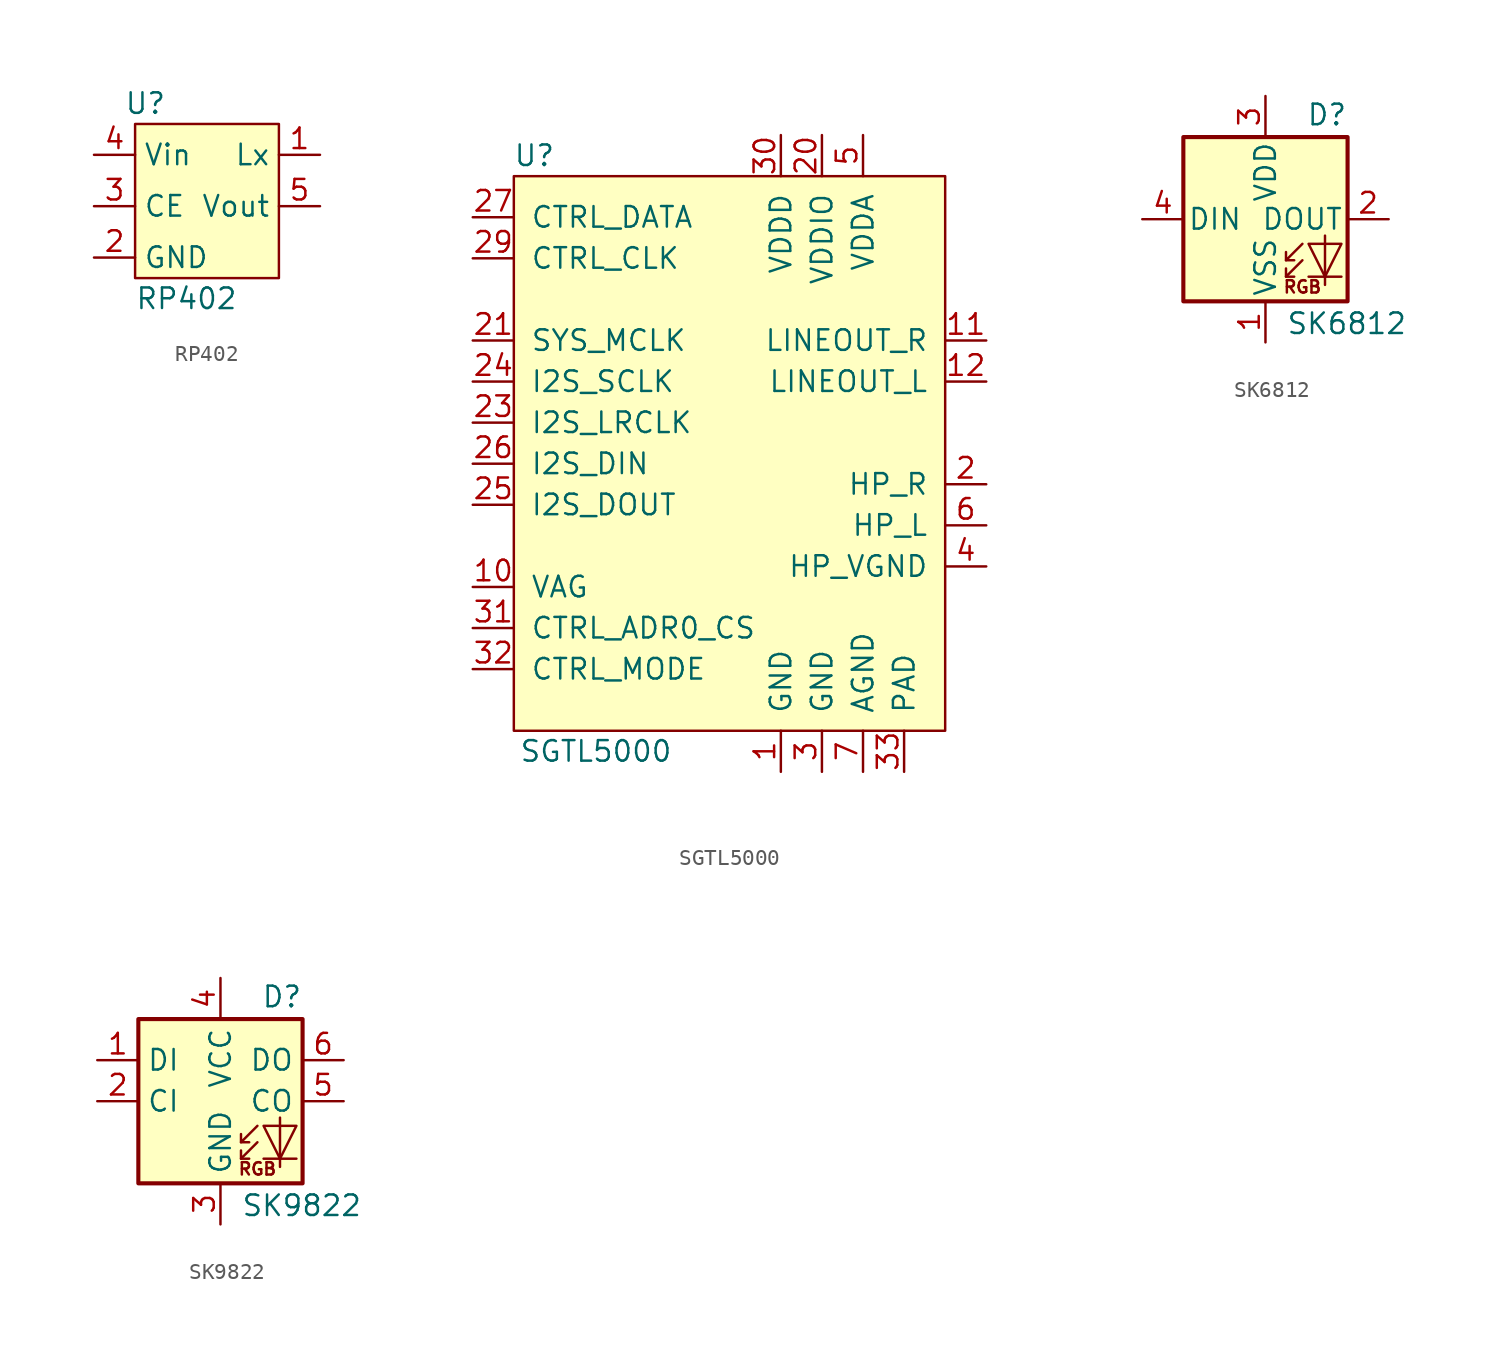
<source format=kicad_sym>
(kicad_symbol_lib
  (version 20220914)
  (generator kicad_symbol_editor)
  (symbol "RP402"
    (property "Reference" "U"
      (at -3.175 6.35 0)
      (effects (font (size 1.27 1.27))))
    (property "Value" "RP402"
      (at -0.635 -5.715 0)
      (effects (font (size 1.27 1.27))))
    (symbol "RP402_0_1"
      (rectangle (start -3.81 5.08) (end 5.08 -4.445) (stroke (width 0.152) (type default)) (fill (type background))))
    (symbol "RP402_1_1"
      (pin input line (at 7.62 3.175 180) (length 2.54) (name "Lx" (effects (font (size 1.27 1.27)))) (number "1" (effects (font (size 1.27 1.27)))))
      (pin input line (at -6.35 -3.175 0) (length 2.54) (name "GND" (effects (font (size 1.27 1.27)))) (number "2" (effects (font (size 1.27 1.27)))))
      (pin input line (at -6.35 0 0) (length 2.54) (name "CE" (effects (font (size 1.27 1.27)))) (number "3" (effects (font (size 1.27 1.27)))))
      (pin input line (at -6.35 3.175 0) (length 2.54) (name "Vin" (effects (font (size 1.27 1.27)))) (number "4" (effects (font (size 1.27 1.27)))))
      (pin input line (at 7.62 0 180) (length 2.54) (name "Vout" (effects (font (size 1.27 1.27)))) (number "5" (effects (font (size 1.27 1.27)))))))
  (symbol "SGTL5000"
    (pin_names
      (offset 1.016))
    (property "Reference" "U"
      (at -11.43 17.78 0)
      (effects (font (size 1.27 1.27))))
    (property "Value" "SGTL5000"
      (at -7.62 -19.05 0)
      (effects (font (size 1.27 1.27))))
    (symbol "SGTL5000_0_1"
      (rectangle (start -12.7 16.51) (end 13.97 -17.78) (stroke (width 0) (type default)) (fill (type background))))
    (symbol "SGTL5000_1_1"
      (pin input line (at 3.81 -20.32 90) (length 2.54) (name "GND" (effects (font (size 1.27 1.27)))) (number "1" (effects (font (size 1.27 1.27)))))
      (pin input line (at -15.24 -8.89 0) (length 2.54) (name "VAG" (effects (font (size 1.27 1.27)))) (number "10" (effects (font (size 1.27 1.27)))))
      (pin input line (at 16.51 6.35 180) (length 2.54) (name "LINEOUT_R" (effects (font (size 1.27 1.27)))) (number "11" (effects (font (size 1.27 1.27)))))
      (pin input line (at 16.51 3.81 180) (length 2.54) (name "LINEOUT_L" (effects (font (size 1.27 1.27)))) (number "12" (effects (font (size 1.27 1.27)))))
      (pin input line (at 16.51 -2.54 180) (length 2.54) (name "HP_R" (effects (font (size 1.27 1.27)))) (number "2" (effects (font (size 1.27 1.27)))))
      (pin input line (at 6.35 19.05 270) (length 2.54) (name "VDDIO" (effects (font (size 1.27 1.27)))) (number "20" (effects (font (size 1.27 1.27)))))
      (pin input line (at -15.24 6.35 0) (length 2.54) (name "SYS_MCLK" (effects (font (size 1.27 1.27)))) (number "21" (effects (font (size 1.27 1.27)))))
      (pin input line (at -15.24 1.27 0) (length 2.54) (name "I2S_LRCLK" (effects (font (size 1.27 1.27)))) (number "23" (effects (font (size 1.27 1.27)))))
      (pin input line (at -15.24 3.81 0) (length 2.54) (name "I2S_SCLK" (effects (font (size 1.27 1.27)))) (number "24" (effects (font (size 1.27 1.27)))))
      (pin output line (at -15.24 -3.81 0) (length 2.54) (name "I2S_DOUT" (effects (font (size 1.27 1.27)))) (number "25" (effects (font (size 1.27 1.27)))))
      (pin input line (at -15.24 -1.27 0) (length 2.54) (name "I2S_DIN" (effects (font (size 1.27 1.27)))) (number "26" (effects (font (size 1.27 1.27)))))
      (pin input line (at -15.24 13.97 0) (length 2.54) (name "CTRL_DATA" (effects (font (size 1.27 1.27)))) (number "27" (effects (font (size 1.27 1.27)))))
      (pin input line (at -15.24 11.43 0) (length 2.54) (name "CTRL_CLK" (effects (font (size 1.27 1.27)))) (number "29" (effects (font (size 1.27 1.27)))))
      (pin input line (at 6.35 -20.32 90) (length 2.54) (name "GND" (effects (font (size 1.27 1.27)))) (number "3" (effects (font (size 1.27 1.27)))))
      (pin input line (at 3.81 19.05 270) (length 2.54) (name "VDDD" (effects (font (size 1.27 1.27)))) (number "30" (effects (font (size 1.27 1.27)))))
      (pin input line (at -15.24 -11.43 0) (length 2.54) (name "CTRL_ADR0_CS" (effects (font (size 1.27 1.27)))) (number "31" (effects (font (size 1.27 1.27)))))
      (pin input line (at -15.24 -13.97 0) (length 2.54) (name "CTRL_MODE" (effects (font (size 1.27 1.27)))) (number "32" (effects (font (size 1.27 1.27)))))
      (pin input line (at 11.43 -20.32 90) (length 2.54) (name "PAD" (effects (font (size 1.27 1.27)))) (number "33" (effects (font (size 1.27 1.27)))))
      (pin input line (at 16.51 -7.62 180) (length 2.54) (name "HP_VGND" (effects (font (size 1.27 1.27)))) (number "4" (effects (font (size 1.27 1.27)))))
      (pin input line (at 8.89 19.05 270) (length 2.54) (name "VDDA" (effects (font (size 1.27 1.27)))) (number "5" (effects (font (size 1.27 1.27)))))
      (pin input line (at 16.51 -5.08 180) (length 2.54) (name "HP_L" (effects (font (size 1.27 1.27)))) (number "6" (effects (font (size 1.27 1.27)))))
      (pin input line (at 8.89 -20.32 90) (length 2.54) (name "AGND" (effects (font (size 1.27 1.27)))) (number "7" (effects (font (size 1.27 1.27)))))))
  (symbol "SK6812"
    (pin_names
      (offset 0.254))
    (property "Reference" "D"
      (at 5.08 5.715 0)
      (effects (font (size 1.27 1.27)) (justify right bottom)))
    (property "Value" "SK6812"
      (at 1.27 -5.715 0)
      (effects (font (size 1.27 1.27)) (justify left top)))
    (symbol "SK6812_0_0"
      (text "RGB" (at 2.286 -4.191 0) (effects (font (size 0.762 0.762)))))
    (symbol "SK6812_0_1"
      (polyline (pts (xy 1.27 -3.556) (xy 1.778 -3.556)) (stroke (width 0) (type default)) (fill (type none)))
      (polyline (pts (xy 1.27 -2.54) (xy 1.778 -2.54)) (stroke (width 0) (type default)) (fill (type none)))
      (polyline (pts (xy 4.699 -3.556) (xy 2.667 -3.556)) (stroke (width 0) (type default)) (fill (type none)))
      (polyline (pts (xy 2.286 -2.54) (xy 1.27 -3.556) (xy 1.27 -3.048)) (stroke (width 0) (type default)) (fill (type none)))
      (polyline (pts (xy 2.286 -1.524) (xy 1.27 -2.54) (xy 1.27 -2.032)) (stroke (width 0) (type default)) (fill (type none)))
      (polyline (pts (xy 3.683 -1.016) (xy 3.683 -3.556) (xy 3.683 -4.064)) (stroke (width 0) (type default)) (fill (type none)))
      (polyline (pts (xy 4.699 -1.524) (xy 2.667 -1.524) (xy 3.683 -3.556) (xy 4.699 -1.524)) (stroke (width 0) (type default)) (fill (type none)))
      (rectangle (start 5.08 5.08) (end -5.08 -5.08) (stroke (width 0.254) (type default)) (fill (type background))))
    (symbol "SK6812_1_1"
      (pin power_in line (at 0 -7.62 90) (length 2.54) (name "VSS" (effects (font (size 1.27 1.27)))) (number "1" (effects (font (size 1.27 1.27)))))
      (pin output line (at 7.62 0 180) (length 2.54) (name "DOUT" (effects (font (size 1.27 1.27)))) (number "2" (effects (font (size 1.27 1.27)))))
      (pin power_in line (at 0 7.62 270) (length 2.54) (name "VDD" (effects (font (size 1.27 1.27)))) (number "3" (effects (font (size 1.27 1.27)))))
      (pin input line (at -7.62 0 0) (length 2.54) (name "DIN" (effects (font (size 1.27 1.27)))) (number "4" (effects (font (size 1.27 1.27)))))))
  (symbol "SK9822"
    (property "Reference" "D"
      (at 5.08 5.715 0)
      (effects (font (size 1.27 1.27)) (justify right bottom)))
    (property "Value" "SK9822"
      (at 1.27 -5.715 0)
      (effects (font (size 1.27 1.27)) (justify left top)))
    (symbol "SK9822_0_0"
      (text "RGB" (at 2.286 -4.191 0) (effects (font (size 0.762 0.762)))))
    (symbol "SK9822_0_1"
      (polyline (pts (xy 1.27 -3.556) (xy 1.778 -3.556)) (stroke (width 0) (type default)) (fill (type none)))
      (polyline (pts (xy 1.27 -2.54) (xy 1.778 -2.54)) (stroke (width 0) (type default)) (fill (type none)))
      (polyline (pts (xy 4.699 -3.556) (xy 2.667 -3.556)) (stroke (width 0) (type default)) (fill (type none)))
      (polyline (pts (xy 2.286 -2.54) (xy 1.27 -3.556) (xy 1.27 -3.048)) (stroke (width 0) (type default)) (fill (type none)))
      (polyline (pts (xy 2.286 -1.524) (xy 1.27 -2.54) (xy 1.27 -2.032)) (stroke (width 0) (type default)) (fill (type none)))
      (polyline (pts (xy 3.683 -1.016) (xy 3.683 -3.556) (xy 3.683 -4.064)) (stroke (width 0) (type default)) (fill (type none)))
      (polyline (pts (xy 4.699 -1.524) (xy 2.667 -1.524) (xy 3.683 -3.556) (xy 4.699 -1.524)) (stroke (width 0) (type default)) (fill (type none)))
      (rectangle (start 5.08 5.08) (end -5.08 -5.08) (stroke (width 0.254) (type default)) (fill (type background))))
    (symbol "SK9822_1_1"
      (pin input line (at -7.62 2.54 0) (length 2.54) (name "DI" (effects (font (size 1.27 1.27)))) (number "1" (effects (font (size 1.27 1.27)))))
      (pin input line (at -7.62 0 0) (length 2.54) (name "CI" (effects (font (size 1.27 1.27)))) (number "2" (effects (font (size 1.27 1.27)))))
      (pin power_in line (at 0 -7.62 90) (length 2.54) (name "GND" (effects (font (size 1.27 1.27)))) (number "3" (effects (font (size 1.27 1.27)))))
      (pin power_in line (at 0 7.62 270) (length 2.54) (name "VCC" (effects (font (size 1.27 1.27)))) (number "4" (effects (font (size 1.27 1.27)))))
      (pin output line (at 7.62 0 180) (length 2.54) (name "CO" (effects (font (size 1.27 1.27)))) (number "5" (effects (font (size 1.27 1.27)))))
      (pin output line (at 7.62 2.54 180) (length 2.54) (name "DO" (effects (font (size 1.27 1.27)))) (number "6" (effects (font (size 1.27 1.27))))))))
</source>
